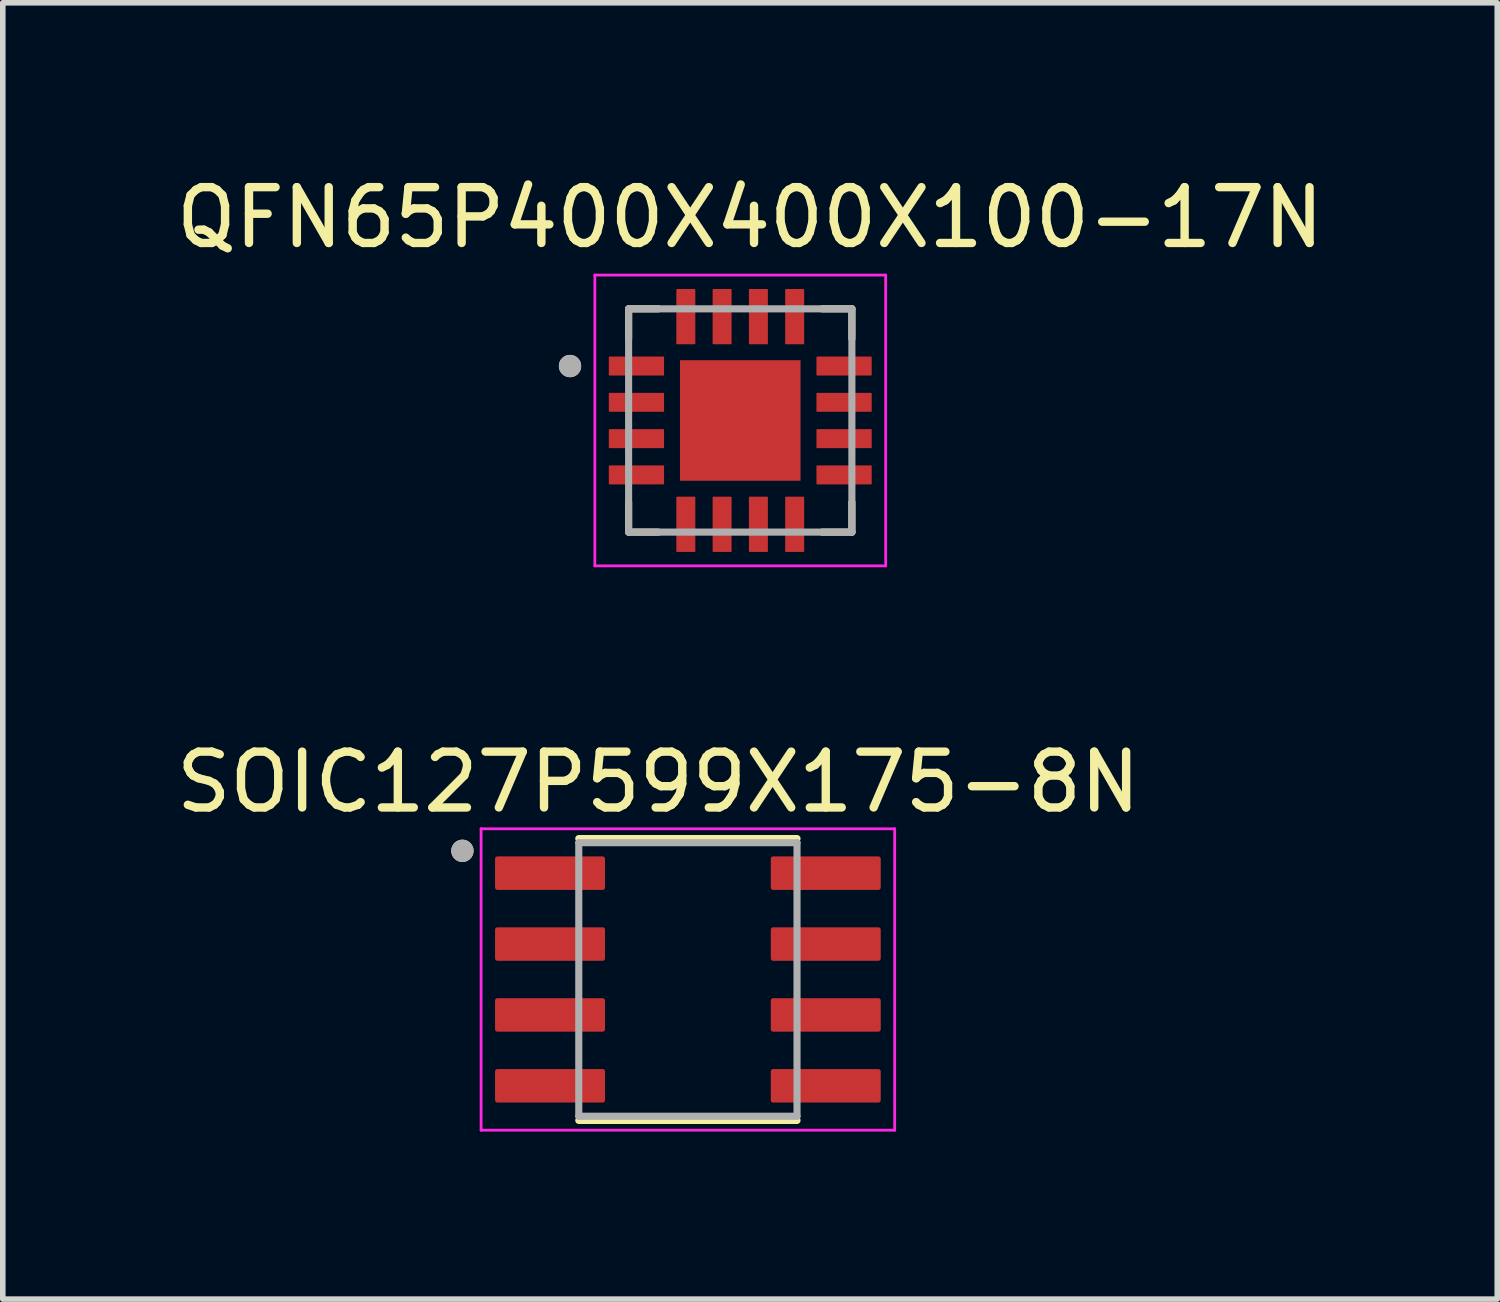
<source format=kicad_pcb>
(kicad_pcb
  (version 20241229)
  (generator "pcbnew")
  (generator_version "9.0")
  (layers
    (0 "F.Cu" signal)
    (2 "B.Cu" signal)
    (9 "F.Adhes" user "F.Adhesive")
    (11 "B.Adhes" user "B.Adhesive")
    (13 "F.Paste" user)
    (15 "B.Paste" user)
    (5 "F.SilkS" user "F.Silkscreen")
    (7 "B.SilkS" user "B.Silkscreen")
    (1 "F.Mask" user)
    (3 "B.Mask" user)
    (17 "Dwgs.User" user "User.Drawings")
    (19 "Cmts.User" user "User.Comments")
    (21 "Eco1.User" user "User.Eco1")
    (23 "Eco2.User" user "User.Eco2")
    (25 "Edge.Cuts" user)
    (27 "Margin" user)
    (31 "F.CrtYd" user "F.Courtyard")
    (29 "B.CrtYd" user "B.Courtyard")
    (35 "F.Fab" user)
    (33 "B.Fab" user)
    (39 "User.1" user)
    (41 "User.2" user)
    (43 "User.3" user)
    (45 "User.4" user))
  (footprint "QFN65P400X400X100-17N"
    (layer "F.Cu")
    (at 10.212 4.483)
    (property "Reference" "QFN65P400X400X100-17N" (at 0.175 -3.635 0) (layer "F.SilkS") (effects (font (size 1 1) (thickness 0.15))))
    (attr through_hole)
    (fp_line (start -2 -2) (end -2 -1.465) (stroke (width 0.127) (type solid)) (layer "F.SilkS"))
    (fp_line (start -2 -2) (end -1.465 -2) (stroke (width 0.127) (type solid)) (layer "F.SilkS"))
    (fp_line (start -2 2) (end -2 1.465) (stroke (width 0.127) (type solid)) (layer "F.SilkS"))
    (fp_line (start -2 2) (end -1.465 2) (stroke (width 0.127) (type solid)) (layer "F.SilkS"))
    (fp_line (start 2 -2) (end 1.465 -2) (stroke (width 0.127) (type solid)) (layer "F.SilkS"))
    (fp_line (start 2 -2) (end 2 -1.465) (stroke (width 0.127) (type solid)) (layer "F.SilkS"))
    (fp_line (start 2 2) (end 1.465 2) (stroke (width 0.127) (type solid)) (layer "F.SilkS"))
    (fp_line (start 2 2) (end 2 1.465) (stroke (width 0.127) (type solid)) (layer "F.SilkS"))
    (fp_circle (center -3.05 -0.975) (end -2.95 -0.975) (stroke (width 0.2) (type solid)) (fill no) (layer "F.SilkS"))
    (fp_poly (pts (xy -0.68 -0.68) (xy 0.68 -0.68) (xy 0.68 0.68) (xy -0.68 0.68)) (stroke (width 0.01) (type solid)) (fill yes) (layer "F.Paste"))
    (fp_line (start -2.605 -2.605) (end 2.605 -2.605) (stroke (width 0.05) (type solid)) (layer "F.CrtYd"))
    (fp_line (start -2.605 2.605) (end -2.605 -2.605) (stroke (width 0.05) (type solid)) (layer "F.CrtYd"))
    (fp_line (start -2.605 2.605) (end 2.605 2.605) (stroke (width 0.05) (type solid)) (layer "F.CrtYd"))
    (fp_line (start 2.605 2.605) (end 2.605 -2.605) (stroke (width 0.05) (type solid)) (layer "F.CrtYd"))
    (fp_line (start -2 2) (end -2 -2) (stroke (width 0.127) (type solid)) (layer "F.Fab"))
    (fp_line (start 2 -2) (end -2 -2) (stroke (width 0.127) (type solid)) (layer "F.Fab"))
    (fp_line (start 2 2) (end -2 2) (stroke (width 0.127) (type solid)) (layer "F.Fab"))
    (fp_line (start 2 2) (end 2 -2) (stroke (width 0.127) (type solid)) (layer "F.Fab"))
    (fp_circle (center -3.05 -0.975) (end -2.95 -0.975) (stroke (width 0.2) (type solid)) (fill no) (layer "F.Fab"))
    (pad "1" smd roundrect (at -1.86 -0.975) (size 0.99 0.34) (layers "F.Cu" "F.Mask" "F.Paste") (roundrect_rratio 0.04))
    (pad "2" smd roundrect (at -1.86 -0.325) (size 0.99 0.34) (layers "F.Cu" "F.Mask" "F.Paste") (roundrect_rratio 0.04))
    (pad "3" smd roundrect (at -1.86 0.325) (size 0.99 0.34) (layers "F.Cu" "F.Mask" "F.Paste") (roundrect_rratio 0.04))
    (pad "4" smd roundrect (at -1.86 0.975) (size 0.99 0.34) (layers "F.Cu" "F.Mask" "F.Paste") (roundrect_rratio 0.04))
    (pad "5" smd roundrect (at -0.975 1.86 90) (size 0.99 0.34) (layers "F.Cu" "F.Mask" "F.Paste") (roundrect_rratio 0.04))
    (pad "6" smd roundrect (at -0.325 1.86 90) (size 0.99 0.34) (layers "F.Cu" "F.Mask" "F.Paste") (roundrect_rratio 0.04))
    (pad "7" smd roundrect (at 0.325 1.86 90) (size 0.99 0.34) (layers "F.Cu" "F.Mask" "F.Paste") (roundrect_rratio 0.04))
    (pad "8" smd roundrect (at 0.975 1.86 90) (size 0.99 0.34) (layers "F.Cu" "F.Mask" "F.Paste") (roundrect_rratio 0.04))
    (pad "9" smd roundrect (at 1.86 0.975) (size 0.99 0.34) (layers "F.Cu" "F.Mask" "F.Paste") (roundrect_rratio 0.04))
    (pad "10" smd roundrect (at 1.86 0.325) (size 0.99 0.34) (layers "F.Cu" "F.Mask" "F.Paste") (roundrect_rratio 0.04))
    (pad "11" smd roundrect (at 1.86 -0.325) (size 0.99 0.34) (layers "F.Cu" "F.Mask" "F.Paste") (roundrect_rratio 0.04))
    (pad "12" smd roundrect (at 1.86 -0.975) (size 0.99 0.34) (layers "F.Cu" "F.Mask" "F.Paste") (roundrect_rratio 0.04))
    (pad "13" smd roundrect (at 0.975 -1.86 90) (size 0.99 0.34) (layers "F.Cu" "F.Mask" "F.Paste") (roundrect_rratio 0.04))
    (pad "14" smd roundrect (at 0.325 -1.86 90) (size 0.99 0.34) (layers "F.Cu" "F.Mask" "F.Paste") (roundrect_rratio 0.04))
    (pad "15" smd roundrect (at -0.325 -1.86 90) (size 0.99 0.34) (layers "F.Cu" "F.Mask" "F.Paste") (roundrect_rratio 0.04))
    (pad "16" smd roundrect (at -0.975 -1.86 90) (size 0.99 0.34) (layers "F.Cu" "F.Mask" "F.Paste") (roundrect_rratio 0.04))
    (pad "17" smd rect (at 0 0) (size 2.16 2.16) (layers "F.Cu" "F.Mask"))
    (zone (net_name "") (layers "F.Cu" "B.Cu") (hatch full 0.508) (connect_pads) (min_thickness 0.01) (filled_areas_thickness no) (keepout (tracks allowed) (vias not_allowed) (pads allowed) (copperpour allowed) (footprints allowed)) (placement (enabled no)) (fill) (polygon (pts (xy 8.192 2.463) (xy 8.912 2.463) (xy 8.912 3.183) (xy 8.192 3.183)))))
  (footprint "SOIC127P599X175-8N"
    (layer "F.Cu")
    (at 9.274 14.498)
    (property "Reference" "SOIC127P599X175-8N" (at -0.53 -3.537 0) (layer "F.SilkS") (effects (font (size 1 1) (thickness 0.15))))
    (attr through_hole)
    (fp_line (start -1.955 -2.525) (end 1.955 -2.525) (stroke (width 0.127) (type solid)) (layer "F.SilkS"))
    (fp_line (start -1.955 2.525) (end 1.955 2.525) (stroke (width 0.127) (type solid)) (layer "F.SilkS"))
    (fp_circle (center -4.04 -2.305) (end -3.94 -2.305) (stroke (width 0.2) (type solid)) (fill no) (layer "F.SilkS"))
    (fp_line (start -3.705 -2.7) (end -3.705 2.7) (stroke (width 0.05) (type solid)) (layer "F.CrtYd"))
    (fp_line (start -3.705 -2.7) (end 3.705 -2.7) (stroke (width 0.05) (type solid)) (layer "F.CrtYd"))
    (fp_line (start -3.705 2.7) (end 3.705 2.7) (stroke (width 0.05) (type solid)) (layer "F.CrtYd"))
    (fp_line (start 3.705 -2.7) (end 3.705 2.7) (stroke (width 0.05) (type solid)) (layer "F.CrtYd"))
    (fp_line (start -1.955 -2.45) (end -1.955 2.45) (stroke (width 0.127) (type solid)) (layer "F.Fab"))
    (fp_line (start -1.955 -2.45) (end 1.955 -2.45) (stroke (width 0.127) (type solid)) (layer "F.Fab"))
    (fp_line (start -1.955 2.45) (end 1.955 2.45) (stroke (width 0.127) (type solid)) (layer "F.Fab"))
    (fp_line (start 1.955 -2.45) (end 1.955 2.45) (stroke (width 0.127) (type solid)) (layer "F.Fab"))
    (fp_circle (center -4.04 -2.305) (end -3.94 -2.305) (stroke (width 0.2) (type solid)) (fill no) (layer "F.Fab"))
    (pad "1" smd roundrect (at -2.47 -1.905) (size 1.97 0.6) (layers "F.Cu" "F.Mask" "F.Paste") (roundrect_rratio 0.07))
    (pad "2" smd roundrect (at -2.47 -0.635) (size 1.97 0.6) (layers "F.Cu" "F.Mask" "F.Paste") (roundrect_rratio 0.07))
    (pad "3" smd roundrect (at -2.47 0.635) (size 1.97 0.6) (layers "F.Cu" "F.Mask" "F.Paste") (roundrect_rratio 0.07))
    (pad "4" smd roundrect (at -2.47 1.905) (size 1.97 0.6) (layers "F.Cu" "F.Mask" "F.Paste") (roundrect_rratio 0.07))
    (pad "5" smd roundrect (at 2.47 1.905) (size 1.97 0.6) (layers "F.Cu" "F.Mask" "F.Paste") (roundrect_rratio 0.07))
    (pad "6" smd roundrect (at 2.47 0.635) (size 1.97 0.6) (layers "F.Cu" "F.Mask" "F.Paste") (roundrect_rratio 0.07))
    (pad "7" smd roundrect (at 2.47 -0.635) (size 1.97 0.6) (layers "F.Cu" "F.Mask" "F.Paste") (roundrect_rratio 0.07))
    (pad "8" smd roundrect (at 2.47 -1.905) (size 1.97 0.6) (layers "F.Cu" "F.Mask" "F.Paste") (roundrect_rratio 0.07)))
  (gr_rect
    (start -3 -3)
    (end 23.774 20.224)
    (stroke (width 0.1) (type default))
    (fill no)
    (layer "Edge.Cuts")))
</source>
